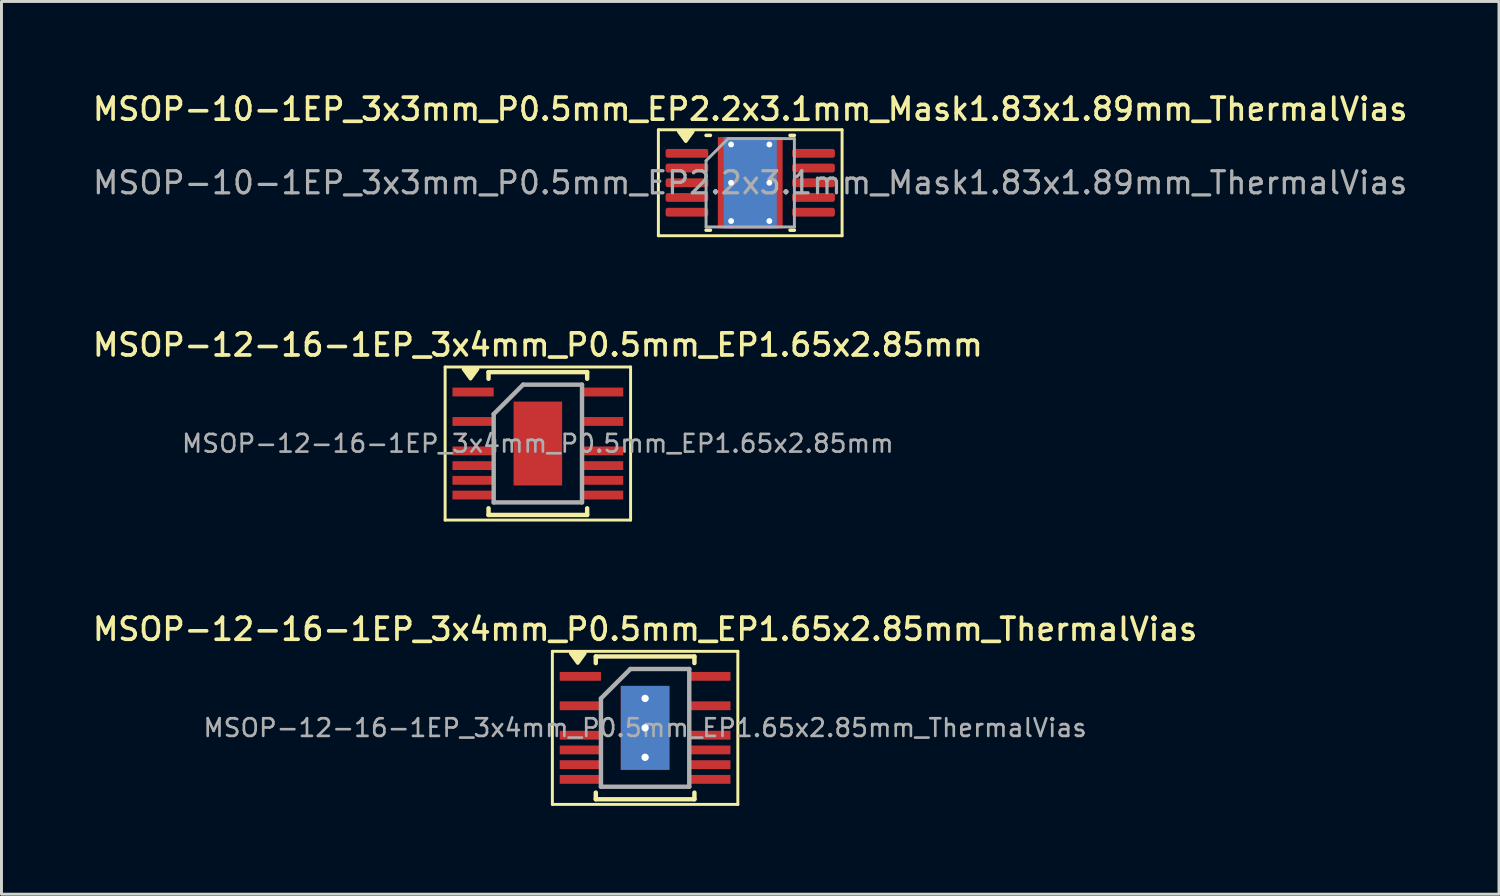
<source format=kicad_pcb>
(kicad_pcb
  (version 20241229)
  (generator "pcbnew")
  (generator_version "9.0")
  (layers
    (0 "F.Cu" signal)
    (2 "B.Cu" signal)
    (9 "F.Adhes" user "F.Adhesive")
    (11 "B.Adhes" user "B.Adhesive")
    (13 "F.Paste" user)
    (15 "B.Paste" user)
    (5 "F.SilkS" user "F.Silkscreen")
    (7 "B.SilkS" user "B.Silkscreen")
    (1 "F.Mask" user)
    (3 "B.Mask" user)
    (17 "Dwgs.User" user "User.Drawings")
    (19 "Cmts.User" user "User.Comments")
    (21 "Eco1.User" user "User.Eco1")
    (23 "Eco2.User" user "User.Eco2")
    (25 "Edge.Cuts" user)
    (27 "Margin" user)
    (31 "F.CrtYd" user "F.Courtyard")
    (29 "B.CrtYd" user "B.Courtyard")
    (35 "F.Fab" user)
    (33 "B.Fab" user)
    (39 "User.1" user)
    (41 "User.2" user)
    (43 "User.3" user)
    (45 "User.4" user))
  (footprint "MSOP-12-16-1EP_3x4mm_P0.5mm_EP1.65x2.85mm"
    (layer "F.Cu")
    (at 15.22 12.016)
    (property "Reference" "MSOP-12-16-1EP_3x4mm_P0.5mm_EP1.65x2.85mm" (at 0 -3.35 0) (layer "F.SilkS") (effects (font (size 0.75 0.75) (thickness 0.125))))
    (attr smd)
    (fp_line (start -3.15 -2.6) (end -3.15 2.6) (stroke (width 0.1) (type solid)) (layer "F.SilkS"))
    (fp_line (start -3.15 -2.6) (end 3.15 -2.6) (stroke (width 0.1) (type solid)) (layer "F.SilkS"))
    (fp_line (start -3.15 2.6) (end 3.15 2.6) (stroke (width 0.1) (type solid)) (layer "F.SilkS"))
    (fp_line (start -1.675 -2.425) (end -1.675 -2.2) (stroke (width 0.15) (type solid)) (layer "F.SilkS"))
    (fp_line (start -1.675 -2.425) (end 1.675 -2.425) (stroke (width 0.15) (type solid)) (layer "F.SilkS"))
    (fp_line (start -1.675 2.425) (end -1.675 2.2) (stroke (width 0.15) (type solid)) (layer "F.SilkS"))
    (fp_line (start -1.675 2.425) (end 1.675 2.425) (stroke (width 0.15) (type solid)) (layer "F.SilkS"))
    (fp_line (start 1.675 -2.425) (end 1.675 -2.2) (stroke (width 0.15) (type solid)) (layer "F.SilkS"))
    (fp_line (start 1.675 2.425) (end 1.675 2.2) (stroke (width 0.15) (type solid)) (layer "F.SilkS"))
    (fp_line (start 3.15 -2.6) (end 3.15 2.6) (stroke (width 0.1) (type solid)) (layer "F.SilkS"))
    (fp_poly (pts (xy -2.288 -2.2) (xy -2.527 -2.53) (xy -2.047 -2.53) (xy -2.288 -2.2)) (stroke (width 0.12) (type solid)) (fill yes) (layer "F.SilkS"))
    (fp_line (start -1.5 -1) (end -0.5 -2) (stroke (width 0.15) (type solid)) (layer "F.Fab"))
    (fp_line (start -1.5 2) (end -1.5 -1) (stroke (width 0.15) (type solid)) (layer "F.Fab"))
    (fp_line (start -0.5 -2) (end 1.5 -2) (stroke (width 0.15) (type solid)) (layer "F.Fab"))
    (fp_line (start 1.5 -2) (end 1.5 2) (stroke (width 0.15) (type solid)) (layer "F.Fab"))
    (fp_line (start 1.5 2) (end -1.5 2) (stroke (width 0.15) (type solid)) (layer "F.Fab"))
    (fp_text user "${REFERENCE}" (at 0 0 0) (layer "F.Fab") (effects (font (size 0.6 0.6) (thickness 0.09))))
    (pad "" smd rect (at -0.412 -0.95) (size 0.66 0.75) (layers "F.Paste"))
    (pad "" smd rect (at -0.412 0) (size 0.66 0.75) (layers "F.Paste"))
    (pad "" smd rect (at -0.412 0.95) (size 0.66 0.75) (layers "F.Paste"))
    (pad "" smd rect (at 0.412 -0.95) (size 0.66 0.75) (layers "F.Paste"))
    (pad "" smd rect (at 0.412 0) (size 0.66 0.75) (layers "F.Paste"))
    (pad "" smd rect (at 0.412 0.95) (size 0.66 0.75) (layers "F.Paste"))
    (pad "1" smd rect (at -2.2 -1.75) (size 1.4 0.3) (layers "F.Cu" "F.Mask" "F.Paste"))
    (pad "3" smd rect (at -2.2 -0.75) (size 1.4 0.3) (layers "F.Cu" "F.Mask" "F.Paste"))
    (pad "5" smd rect (at -2.2 0.25) (size 1.4 0.3) (layers "F.Cu" "F.Mask" "F.Paste"))
    (pad "6" smd rect (at -2.2 0.75) (size 1.4 0.3) (layers "F.Cu" "F.Mask" "F.Paste"))
    (pad "7" smd rect (at -2.2 1.25) (size 1.4 0.3) (layers "F.Cu" "F.Mask" "F.Paste"))
    (pad "8" smd rect (at -2.2 1.75) (size 1.4 0.3) (layers "F.Cu" "F.Mask" "F.Paste"))
    (pad "9" smd rect (at 2.2 1.75) (size 1.4 0.3) (layers "F.Cu" "F.Mask" "F.Paste"))
    (pad "10" smd rect (at 2.2 1.25) (size 1.4 0.3) (layers "F.Cu" "F.Mask" "F.Paste"))
    (pad "11" smd rect (at 2.2 0.75) (size 1.4 0.3) (layers "F.Cu" "F.Mask" "F.Paste"))
    (pad "12" smd rect (at 2.2 0.25) (size 1.4 0.3) (layers "F.Cu" "F.Mask" "F.Paste"))
    (pad "14" smd rect (at 2.2 -0.75) (size 1.4 0.3) (layers "F.Cu" "F.Mask" "F.Paste"))
    (pad "16" smd rect (at 2.2 -1.75) (size 1.4 0.3) (layers "F.Cu" "F.Mask" "F.Paste"))
    (pad "17" smd rect (at 0 0) (size 1.65 2.85) (layers "F.Cu" "F.Mask")))
  (footprint "MSOP-10-1EP_3x3mm_P0.5mm_EP2.2x3.1mm_Mask1.83x1.89mm_ThermalVias"
    (layer "F.Cu")
    (at 22.434 3.158)
    (property "Reference" "MSOP-10-1EP_3x3mm_P0.5mm_EP2.2x3.1mm_Mask1.83x1.89mm_ThermalVias" (at 0 -2.5 0) (layer "F.SilkS") (effects (font (size 0.75 0.75) (thickness 0.125))))
    (attr smd)
    (fp_line (start -3.12 -1.8) (end -3.12 1.8) (stroke (width 0.1) (type solid)) (layer "F.SilkS"))
    (fp_line (start -3.12 1.8) (end 3.12 1.8) (stroke (width 0.1) (type solid)) (layer "F.SilkS"))
    (fp_line (start -1.353 -1.61) (end -1.5 -1.61) (stroke (width 0.12) (type solid)) (layer "F.SilkS"))
    (fp_line (start -1.353 1.61) (end -1.5 1.61) (stroke (width 0.12) (type solid)) (layer "F.SilkS"))
    (fp_line (start 1.353 -1.61) (end 1.5 -1.61) (stroke (width 0.12) (type solid)) (layer "F.SilkS"))
    (fp_line (start 1.353 1.61) (end 1.5 1.61) (stroke (width 0.12) (type solid)) (layer "F.SilkS"))
    (fp_line (start 3.12 -1.8) (end -3.12 -1.8) (stroke (width 0.1) (type solid)) (layer "F.SilkS"))
    (fp_line (start 3.12 1.8) (end 3.12 -1.8) (stroke (width 0.1) (type solid)) (layer "F.SilkS"))
    (fp_poly (pts (xy -2.188 -1.41) (xy -2.428 -1.74) (xy -1.948 -1.74) (xy -2.188 -1.41)) (stroke (width 0.12) (type solid)) (fill yes) (layer "F.SilkS"))
    (fp_line (start -1.5 -0.75) (end -0.75 -1.5) (stroke (width 0.1) (type solid)) (layer "F.Fab"))
    (fp_line (start -1.5 1.5) (end -1.5 -0.75) (stroke (width 0.1) (type solid)) (layer "F.Fab"))
    (fp_line (start -0.75 -1.5) (end 1.5 -1.5) (stroke (width 0.1) (type solid)) (layer "F.Fab"))
    (fp_line (start 1.5 -1.5) (end 1.5 1.5) (stroke (width 0.1) (type solid)) (layer "F.Fab"))
    (fp_line (start 1.5 1.5) (end -1.5 1.5) (stroke (width 0.1) (type solid)) (layer "F.Fab"))
    (fp_text user "${REFERENCE}" (at 0 0 0) (layer "F.Fab") (effects (font (size 0.75 0.75) (thickness 0.11))))
    (pad "" smd roundrect (at -0.46 -0.47) (size 0.74 0.76) (layers "F.Paste") (roundrect_rratio 0.25))
    (pad "" smd roundrect (at -0.46 0.47) (size 0.74 0.76) (layers "F.Paste") (roundrect_rratio 0.25))
    (pad "" smd rect (at 0 0) (size 1.83 1.89) (layers "F.Mask"))
    (pad "" smd roundrect (at 0.46 -0.47) (size 0.74 0.76) (layers "F.Paste") (roundrect_rratio 0.25))
    (pad "" smd roundrect (at 0.46 0.47) (size 0.74 0.76) (layers "F.Paste") (roundrect_rratio 0.25))
    (pad "1" smd roundrect (at -2.15 -1) (size 1.45 0.3) (layers "F.Cu" "F.Mask" "F.Paste") (roundrect_rratio 0.25))
    (pad "2" smd roundrect (at -2.15 -0.5) (size 1.45 0.3) (layers "F.Cu" "F.Mask" "F.Paste") (roundrect_rratio 0.25))
    (pad "3" smd roundrect (at -2.15 0) (size 1.45 0.3) (layers "F.Cu" "F.Mask" "F.Paste") (roundrect_rratio 0.25))
    (pad "4" smd roundrect (at -2.15 0.5) (size 1.45 0.3) (layers "F.Cu" "F.Mask" "F.Paste") (roundrect_rratio 0.25))
    (pad "5" smd roundrect (at -2.15 1) (size 1.45 0.3) (layers "F.Cu" "F.Mask" "F.Paste") (roundrect_rratio 0.25))
    (pad "6" smd roundrect (at 2.15 1) (size 1.45 0.3) (layers "F.Cu" "F.Mask" "F.Paste") (roundrect_rratio 0.25))
    (pad "7" smd roundrect (at 2.15 0.5) (size 1.45 0.3) (layers "F.Cu" "F.Mask" "F.Paste") (roundrect_rratio 0.25))
    (pad "8" smd roundrect (at 2.15 0) (size 1.45 0.3) (layers "F.Cu" "F.Mask" "F.Paste") (roundrect_rratio 0.25))
    (pad "9" smd roundrect (at 2.15 -0.5) (size 1.45 0.3) (layers "F.Cu" "F.Mask" "F.Paste") (roundrect_rratio 0.25))
    (pad "10" smd roundrect (at 2.15 -1) (size 1.45 0.3) (layers "F.Cu" "F.Mask" "F.Paste") (roundrect_rratio 0.25))
    (pad "11" thru_hole circle (at -0.65 -1.3) (size 0.5 0.5) (drill 0.2) (property pad_prop_heatsink) (layers "*.Cu"))
    (pad "11" thru_hole circle (at -0.65 0) (size 0.5 0.5) (drill 0.2) (property pad_prop_heatsink) (layers "*.Cu"))
    (pad "11" thru_hole circle (at -0.65 1.3) (size 0.5 0.5) (drill 0.2) (property pad_prop_heatsink) (layers "*.Cu"))
    (pad "11" smd rect (at 0 0) (size 1.8 3.1) (property pad_prop_heatsink) (layers "B.Cu"))
    (pad "11" smd rect (at 0 0) (size 2.2 3.1) (property pad_prop_heatsink) (layers "F.Cu"))
    (pad "11" thru_hole circle (at 0.65 -1.3) (size 0.5 0.5) (drill 0.2) (property pad_prop_heatsink) (layers "*.Cu"))
    (pad "11" thru_hole circle (at 0.65 0) (size 0.5 0.5) (drill 0.2) (property pad_prop_heatsink) (layers "*.Cu"))
    (pad "11" thru_hole circle (at 0.65 1.3) (size 0.5 0.5) (drill 0.2) (property pad_prop_heatsink) (layers "*.Cu")))
  (footprint "MSOP-12-16-1EP_3x4mm_P0.5mm_EP1.65x2.85mm_ThermalVias"
    (layer "F.Cu")
    (at 18.863 21.674)
    (property "Reference" "MSOP-12-16-1EP_3x4mm_P0.5mm_EP1.65x2.85mm_ThermalVias" (at 0 -3.35 0) (layer "F.SilkS") (effects (font (size 0.75 0.75) (thickness 0.125))))
    (attr smd)
    (fp_line (start -3.15 -2.6) (end -3.15 2.6) (stroke (width 0.1) (type solid)) (layer "F.SilkS"))
    (fp_line (start -3.15 -2.6) (end 3.15 -2.6) (stroke (width 0.1) (type solid)) (layer "F.SilkS"))
    (fp_line (start -3.15 2.6) (end 3.15 2.6) (stroke (width 0.1) (type solid)) (layer "F.SilkS"))
    (fp_line (start -1.675 -2.425) (end -1.675 -2.2) (stroke (width 0.15) (type solid)) (layer "F.SilkS"))
    (fp_line (start -1.675 -2.425) (end 1.675 -2.425) (stroke (width 0.15) (type solid)) (layer "F.SilkS"))
    (fp_line (start -1.675 2.425) (end -1.675 2.2) (stroke (width 0.15) (type solid)) (layer "F.SilkS"))
    (fp_line (start -1.675 2.425) (end 1.675 2.425) (stroke (width 0.15) (type solid)) (layer "F.SilkS"))
    (fp_line (start 1.675 -2.425) (end 1.675 -2.2) (stroke (width 0.15) (type solid)) (layer "F.SilkS"))
    (fp_line (start 1.675 2.425) (end 1.675 2.2) (stroke (width 0.15) (type solid)) (layer "F.SilkS"))
    (fp_line (start 3.15 -2.6) (end 3.15 2.6) (stroke (width 0.1) (type solid)) (layer "F.SilkS"))
    (fp_poly (pts (xy -2.288 -2.2) (xy -2.527 -2.53) (xy -2.047 -2.53) (xy -2.288 -2.2)) (stroke (width 0.12) (type solid)) (fill yes) (layer "F.SilkS"))
    (fp_line (start -1.5 -1) (end -0.5 -2) (stroke (width 0.15) (type solid)) (layer "F.Fab"))
    (fp_line (start -1.5 2) (end -1.5 -1) (stroke (width 0.15) (type solid)) (layer "F.Fab"))
    (fp_line (start -0.5 -2) (end 1.5 -2) (stroke (width 0.15) (type solid)) (layer "F.Fab"))
    (fp_line (start 1.5 -2) (end 1.5 2) (stroke (width 0.15) (type solid)) (layer "F.Fab"))
    (fp_line (start 1.5 2) (end -1.5 2) (stroke (width 0.15) (type solid)) (layer "F.Fab"))
    (fp_text user "${REFERENCE}" (at 0 0 0) (layer "F.Fab") (effects (font (size 0.6 0.6) (thickness 0.09))))
    (pad "" smd rect (at -0.45 -1.25) (size 0.65 0.25) (layers "F.Paste"))
    (pad "" smd rect (at -0.45 -0.5) (size 0.65 0.8) (layers "F.Paste"))
    (pad "" smd rect (at -0.45 0.5) (size 0.65 0.8) (layers "F.Paste"))
    (pad "" smd rect (at -0.45 1.25) (size 0.65 0.25) (layers "F.Paste"))
    (pad "" smd rect (at 0.45 -1.25) (size 0.65 0.25) (layers "F.Paste"))
    (pad "" smd rect (at 0.45 -0.5) (size 0.65 0.8) (layers "F.Paste"))
    (pad "" smd rect (at 0.45 0.5) (size 0.65 0.8) (layers "F.Paste"))
    (pad "" smd rect (at 0.45 1.25) (size 0.65 0.25) (layers "F.Paste"))
    (pad "1" smd rect (at -2.2 -1.75) (size 1.4 0.3) (layers "F.Cu" "F.Mask" "F.Paste"))
    (pad "3" smd rect (at -2.2 -0.75) (size 1.4 0.3) (layers "F.Cu" "F.Mask" "F.Paste"))
    (pad "5" smd rect (at -2.2 0.25) (size 1.4 0.3) (layers "F.Cu" "F.Mask" "F.Paste"))
    (pad "6" smd rect (at -2.2 0.75) (size 1.4 0.3) (layers "F.Cu" "F.Mask" "F.Paste"))
    (pad "7" smd rect (at -2.2 1.25) (size 1.4 0.3) (layers "F.Cu" "F.Mask" "F.Paste"))
    (pad "8" smd rect (at -2.2 1.75) (size 1.4 0.3) (layers "F.Cu" "F.Mask" "F.Paste"))
    (pad "9" smd rect (at 2.2 1.75) (size 1.4 0.3) (layers "F.Cu" "F.Mask" "F.Paste"))
    (pad "10" smd rect (at 2.2 1.25) (size 1.4 0.3) (layers "F.Cu" "F.Mask" "F.Paste"))
    (pad "11" smd rect (at 2.2 0.75) (size 1.4 0.3) (layers "F.Cu" "F.Mask" "F.Paste"))
    (pad "12" smd rect (at 2.2 0.25) (size 1.4 0.3) (layers "F.Cu" "F.Mask" "F.Paste"))
    (pad "14" smd rect (at 2.2 -0.75) (size 1.4 0.3) (layers "F.Cu" "F.Mask" "F.Paste"))
    (pad "16" smd rect (at 2.2 -1.75) (size 1.4 0.3) (layers "F.Cu" "F.Mask" "F.Paste"))
    (pad "17" thru_hole circle (at 0 -1) (size 0.65 0.65) (drill 0.25) (layers "*.Cu"))
    (pad "17" thru_hole circle (at 0 0) (size 0.65 0.65) (drill 0.25) (layers "*.Cu"))
    (pad "17" smd rect (at 0 0) (size 1.65 2.85) (layers "F.Cu" "F.Mask" "F.Paste"))
    (pad "17" smd rect (at 0 0) (size 1.65 2.85) (layers "B.Cu"))
    (pad "17" thru_hole circle (at 0 1) (size 0.65 0.65) (drill 0.25) (layers "*.Cu")))
  (gr_rect
    (start -3 -3)
    (end 47.868 27.324)
    (stroke (width 0.1) (type default))
    (fill no)
    (layer "Edge.Cuts")))
</source>
